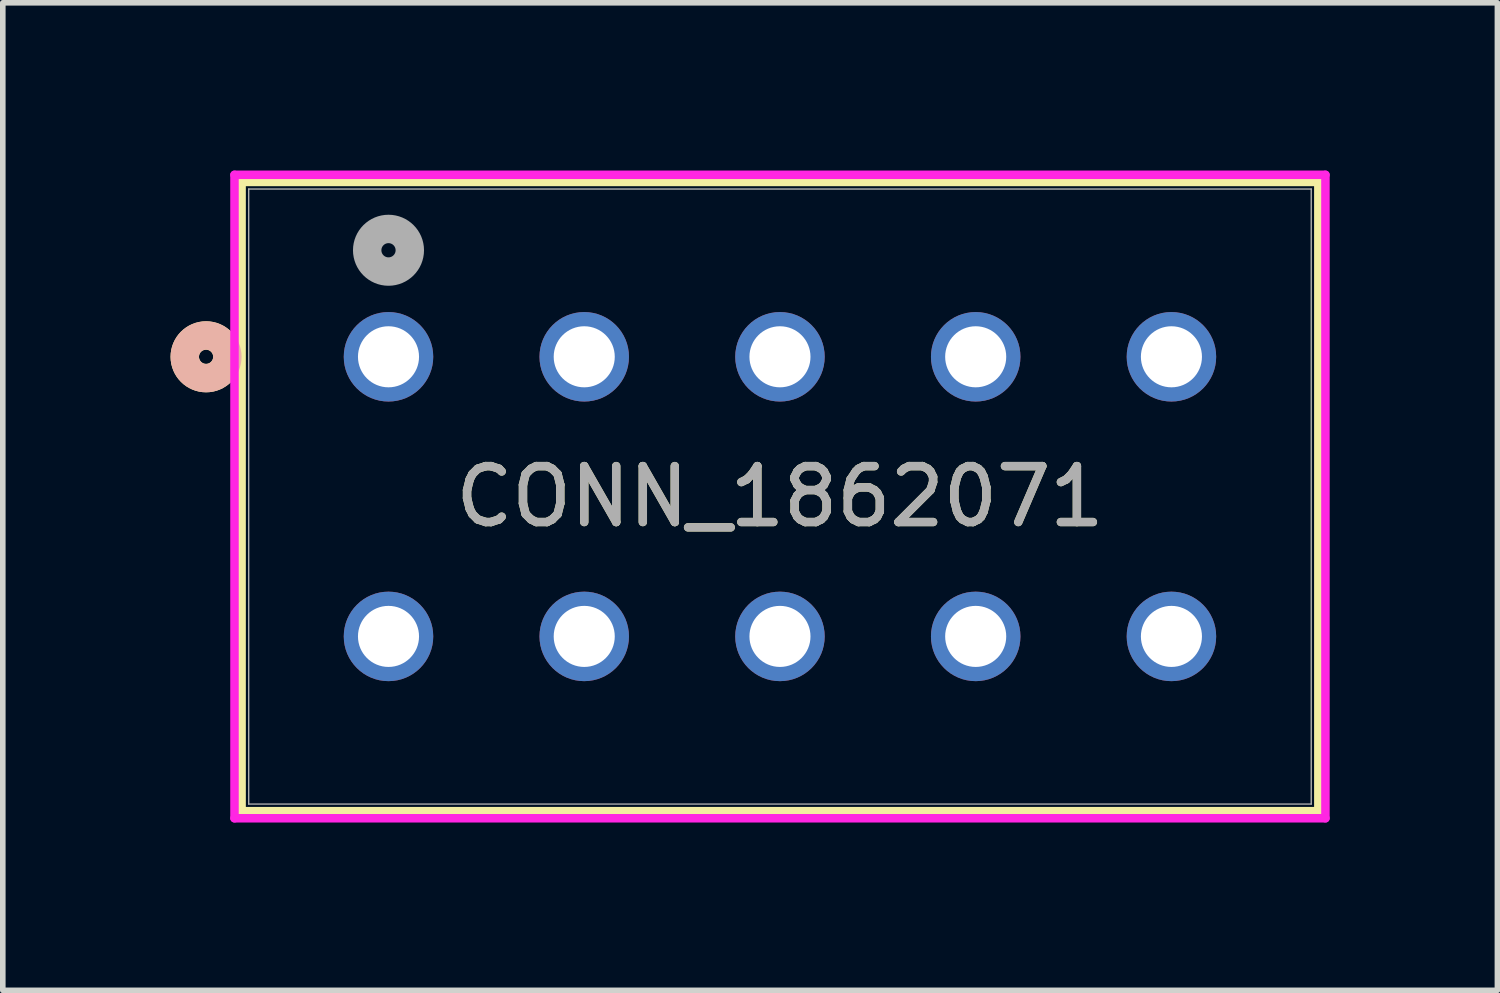
<source format=kicad_pcb>
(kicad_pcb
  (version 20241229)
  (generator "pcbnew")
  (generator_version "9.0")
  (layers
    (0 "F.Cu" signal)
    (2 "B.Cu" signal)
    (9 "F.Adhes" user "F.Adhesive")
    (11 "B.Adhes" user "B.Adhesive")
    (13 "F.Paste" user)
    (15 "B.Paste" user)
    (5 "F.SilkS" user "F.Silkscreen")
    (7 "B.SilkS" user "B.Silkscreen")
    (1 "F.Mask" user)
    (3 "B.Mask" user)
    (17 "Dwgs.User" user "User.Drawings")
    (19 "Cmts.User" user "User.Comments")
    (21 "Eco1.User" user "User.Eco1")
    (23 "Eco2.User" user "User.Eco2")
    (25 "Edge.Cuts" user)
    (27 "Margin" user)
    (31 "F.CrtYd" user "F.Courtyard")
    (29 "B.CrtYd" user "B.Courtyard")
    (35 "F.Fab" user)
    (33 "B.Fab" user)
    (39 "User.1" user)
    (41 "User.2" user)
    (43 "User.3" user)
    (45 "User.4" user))
  (footprint "CONN_1862071"
    (layer "F.Cu")
    (at 17.897 8.33)
    (property "Reference" "CONN_1862071" (at -7 -2.5 0) (unlocked yes) (layer "F.SilkS") (effects (font (size 1 1) (thickness 0.15))))
    (attr through_hole)
    (fp_line (start -16.627 -8.127) (end -16.627 3.125) (stroke (width 0.152) (type solid)) (layer "F.SilkS"))
    (fp_line (start -16.627 3.125) (end 2.627 3.125) (stroke (width 0.152) (type solid)) (layer "F.SilkS"))
    (fp_line (start 2.627 -8.127) (end -16.627 -8.127) (stroke (width 0.152) (type solid)) (layer "F.SilkS"))
    (fp_line (start 2.627 3.125) (end 2.627 -8.127) (stroke (width 0.152) (type solid)) (layer "F.SilkS"))
    (fp_circle (center -17.262 -5) (end -16.881 -5) (stroke (width 0.508) (type solid)) (fill no) (layer "F.SilkS"))
    (fp_circle (center -17.262 -5) (end -16.881 -5) (stroke (width 0.508) (type solid)) (fill no) (layer "B.SilkS"))
    (fp_line (start -16.754 -8.254) (end -16.754 3.252) (stroke (width 0.152) (type solid)) (layer "F.CrtYd"))
    (fp_line (start -16.754 3.252) (end 2.754 3.252) (stroke (width 0.152) (type solid)) (layer "F.CrtYd"))
    (fp_line (start 2.754 -8.254) (end -16.754 -8.254) (stroke (width 0.152) (type solid)) (layer "F.CrtYd"))
    (fp_line (start 2.754 3.252) (end 2.754 -8.254) (stroke (width 0.152) (type solid)) (layer "F.CrtYd"))
    (fp_line (start -16.5 -8) (end -16.5 2.998) (stroke (width 0.025) (type solid)) (layer "F.Fab"))
    (fp_line (start -16.5 2.998) (end 2.5 2.998) (stroke (width 0.025) (type solid)) (layer "F.Fab"))
    (fp_line (start 2.5 -8) (end -16.5 -8) (stroke (width 0.025) (type solid)) (layer "F.Fab"))
    (fp_line (start 2.5 2.998) (end 2.5 -8) (stroke (width 0.025) (type solid)) (layer "F.Fab"))
    (fp_circle (center -14 -6.905) (end -13.619 -6.905) (stroke (width 0.508) (type solid)) (fill no) (layer "F.Fab"))
    (fp_text user "${REFERENCE}" (at -7 -2.5 0) (unlocked yes) (layer "F.Fab") (effects (font (size 1 1) (thickness 0.15))))
    (pad "1" thru_hole circle (at -14 -5) (size 1.6 1.6) (drill 1.092) (layers "*.Cu" "*.Mask"))
    (pad "2" thru_hole circle (at -14 0) (size 1.6 1.6) (drill 1.092) (layers "*.Cu" "*.Mask"))
    (pad "3" thru_hole circle (at -10.5 -5) (size 1.6 1.6) (drill 1.092) (layers "*.Cu" "*.Mask"))
    (pad "4" thru_hole circle (at -10.5 0) (size 1.6 1.6) (drill 1.092) (layers "*.Cu" "*.Mask"))
    (pad "5" thru_hole circle (at -7 -5) (size 1.6 1.6) (drill 1.092) (layers "*.Cu" "*.Mask"))
    (pad "6" thru_hole circle (at -7 0) (size 1.6 1.6) (drill 1.092) (layers "*.Cu" "*.Mask"))
    (pad "7" thru_hole circle (at -3.5 -5) (size 1.6 1.6) (drill 1.092) (layers "*.Cu" "*.Mask"))
    (pad "8" thru_hole circle (at -3.5 0) (size 1.6 1.6) (drill 1.092) (layers "*.Cu" "*.Mask"))
    (pad "9" thru_hole circle (at 0 -5) (size 1.6 1.6) (drill 1.092) (layers "*.Cu" "*.Mask"))
    (pad "10" thru_hole circle (at 0 0) (size 1.6 1.6) (drill 1.092) (layers "*.Cu" "*.Mask")))
  (gr_rect
    (start -3 -3)
    (end 23.726 14.659)
    (stroke (width 0.1) (type default))
    (fill no)
    (layer "Edge.Cuts")))
</source>
